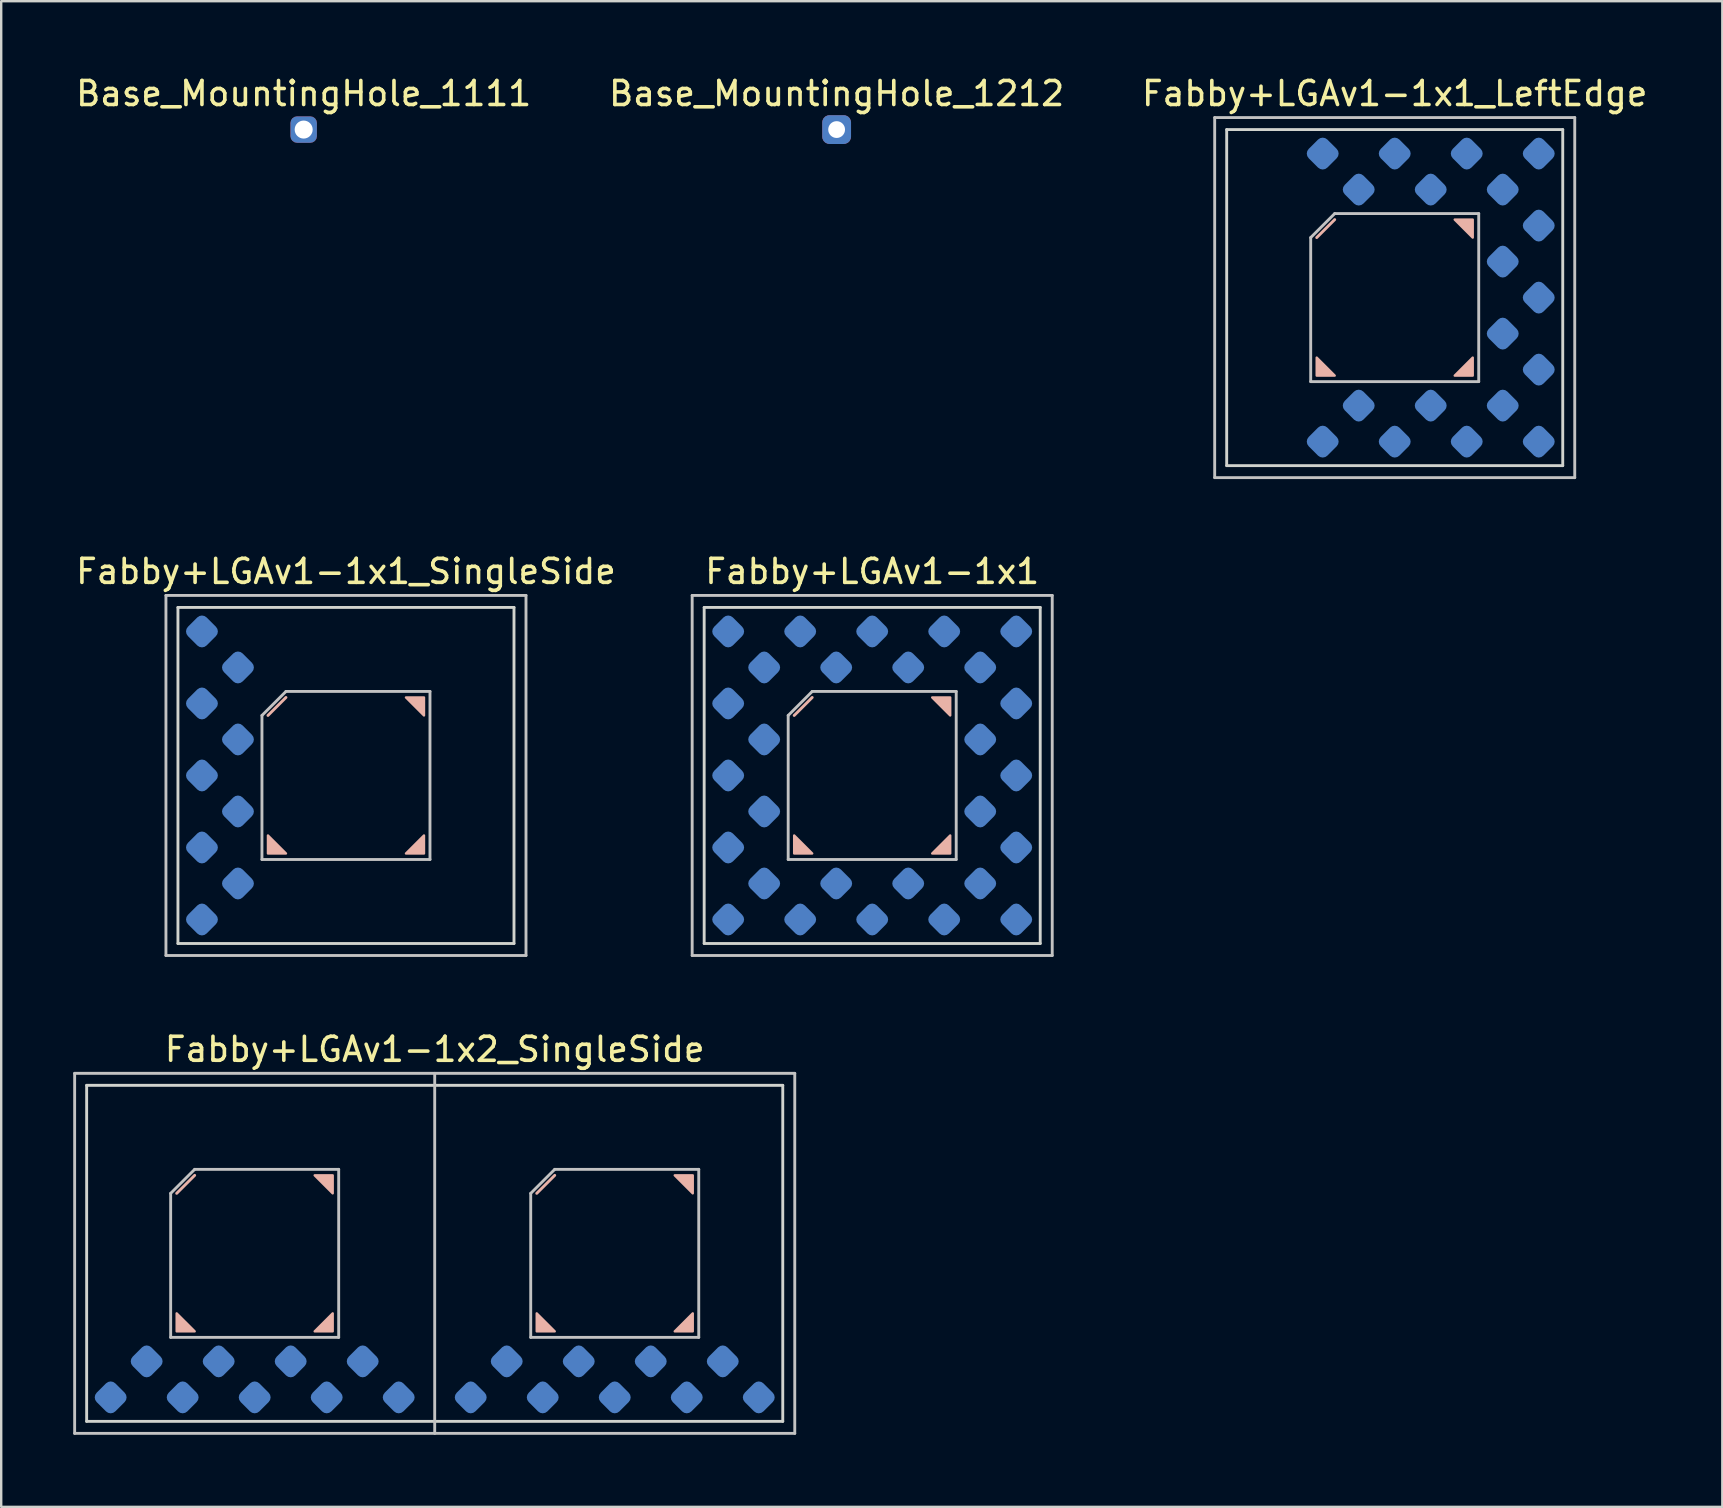
<source format=kicad_pcb>
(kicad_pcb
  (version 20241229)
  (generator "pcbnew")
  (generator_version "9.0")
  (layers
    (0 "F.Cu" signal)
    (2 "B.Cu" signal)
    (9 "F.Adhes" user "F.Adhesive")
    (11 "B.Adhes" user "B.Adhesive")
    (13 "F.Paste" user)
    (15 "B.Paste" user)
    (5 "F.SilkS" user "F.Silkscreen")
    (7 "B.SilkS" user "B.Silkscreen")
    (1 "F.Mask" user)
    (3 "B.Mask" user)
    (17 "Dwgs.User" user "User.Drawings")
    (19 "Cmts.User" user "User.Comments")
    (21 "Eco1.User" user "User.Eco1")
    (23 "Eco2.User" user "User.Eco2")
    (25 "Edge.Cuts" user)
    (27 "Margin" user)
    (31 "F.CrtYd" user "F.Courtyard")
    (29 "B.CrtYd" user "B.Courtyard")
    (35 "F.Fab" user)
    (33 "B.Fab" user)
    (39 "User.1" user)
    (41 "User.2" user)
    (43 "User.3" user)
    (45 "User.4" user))
  (footprint "Fabby+LGAv1-1x1_SingleSide"
    (layer "F.Cu")
    (at 11.363 29.256)
    (property "Reference" "Fabby+LGAv1-1x1_SingleSide" (at 0 -8.5 0) (layer "F.SilkS") (effects (font (size 1 1) (thickness 0.15))))
    (attr through_hole)
    (fp_line (start -2.5 -3.25) (end -3.25 -2.5) (stroke (width 0.12) (type solid)) (layer "B.SilkS"))
    (fp_poly (pts (xy -2.5 3.25) (xy -3.25 3.25) (xy -3.25 2.5)) (stroke (width 0.1) (type solid)) (fill yes) (layer "B.SilkS"))
    (fp_poly (pts (xy 3.25 -2.5) (xy 2.5 -3.25) (xy 3.25 -3.25)) (stroke (width 0.1) (type solid)) (fill yes) (layer "B.SilkS"))
    (fp_poly (pts (xy 3.25 3.25) (xy 2.5 3.25) (xy 3.25 2.5)) (stroke (width 0.1) (type solid)) (fill yes) (layer "B.SilkS"))
    (fp_line (start -7.5 -7.5) (end 7.5 -7.5) (stroke (width 0.12) (type solid)) (layer "Dwgs.User"))
    (fp_line (start -7.5 7.5) (end -7.5 -7.5) (stroke (width 0.12) (type solid)) (layer "Dwgs.User"))
    (fp_line (start -3.5 -2.5) (end -3.5 3.5) (stroke (width 0.12) (type solid)) (layer "Dwgs.User"))
    (fp_line (start -3.5 3.5) (end 3.5 3.5) (stroke (width 0.12) (type solid)) (layer "Dwgs.User"))
    (fp_line (start -2.5 -3.5) (end -3.5 -2.5) (stroke (width 0.12) (type solid)) (layer "Dwgs.User"))
    (fp_line (start 3.5 -3.5) (end -2.5 -3.5) (stroke (width 0.12) (type solid)) (layer "Dwgs.User"))
    (fp_line (start 3.5 3.5) (end 3.5 -3.5) (stroke (width 0.12) (type solid)) (layer "Dwgs.User"))
    (fp_line (start 7.5 -7.5) (end 7.5 7.5) (stroke (width 0.12) (type solid)) (layer "Dwgs.User"))
    (fp_line (start 7.5 7.5) (end -7.5 7.5) (stroke (width 0.12) (type solid)) (layer "Dwgs.User"))
    (fp_line (start -7 -7) (end 7 -7) (stroke (width 0.12) (type solid)) (layer "Edge.Cuts"))
    (fp_line (start -7 7) (end -7 -7) (stroke (width 0.12) (type solid)) (layer "Edge.Cuts"))
    (fp_line (start -7 7) (end 7 7) (stroke (width 0.12) (type solid)) (layer "Edge.Cuts"))
    (fp_line (start 7 -7) (end 7 7) (stroke (width 0.12) (type solid)) (layer "Edge.Cuts"))
    (pad "1" smd roundrect (at -6 -6 45) (size 1.1 1.1) (layers "B.Cu" "B.Mask" "B.Paste") (roundrect_rratio 0.25))
    (pad "2" smd roundrect (at -4.5 -4.5 45) (size 1.1 1.1) (layers "B.Cu" "B.Mask" "B.Paste") (roundrect_rratio 0.25))
    (pad "3" smd roundrect (at -6 -3 45) (size 1.1 1.1) (layers "B.Cu" "B.Mask" "B.Paste") (roundrect_rratio 0.25))
    (pad "4" smd roundrect (at -4.5 -1.5 45) (size 1.1 1.1) (layers "B.Cu" "B.Mask" "B.Paste") (roundrect_rratio 0.25))
    (pad "5" smd roundrect (at -6 0 45) (size 1.1 1.1) (layers "B.Cu" "B.Mask" "B.Paste") (roundrect_rratio 0.25))
    (pad "6" smd roundrect (at -4.5 1.5 45) (size 1.1 1.1) (layers "B.Cu" "B.Mask" "B.Paste") (roundrect_rratio 0.25))
    (pad "7" smd roundrect (at -6 3 45) (size 1.1 1.1) (layers "B.Cu" "B.Mask" "B.Paste") (roundrect_rratio 0.25))
    (pad "8" smd roundrect (at -4.5 4.5 45) (size 1.1 1.1) (layers "B.Cu" "B.Mask" "B.Paste") (roundrect_rratio 0.25))
    (pad "9" smd roundrect (at -6 6 45) (size 1.1 1.1) (layers "B.Cu" "B.Mask" "B.Paste") (roundrect_rratio 0.25)))
  (footprint "Fabby+LGAv1-1x2_SingleSide"
    (layer "F.Cu")
    (at 15.06 49.165)
    (property "Reference" "Fabby+LGAv1-1x2_SingleSide" (at 0 -8.5 0) (layer "F.SilkS") (effects (font (size 1 1) (thickness 0.15))))
    (attr through_hole)
    (fp_line (start -10 -3.25) (end -10.75 -2.5) (stroke (width 0.12) (type solid)) (layer "B.SilkS"))
    (fp_line (start 5 -3.25) (end 4.25 -2.5) (stroke (width 0.12) (type solid)) (layer "B.SilkS"))
    (fp_poly (pts (xy -10 3.25) (xy -10.75 3.25) (xy -10.75 2.5)) (stroke (width 0.1) (type solid)) (fill yes) (layer "B.SilkS"))
    (fp_poly (pts (xy -4.25 -2.5) (xy -5 -3.25) (xy -4.25 -3.25)) (stroke (width 0.1) (type solid)) (fill yes) (layer "B.SilkS"))
    (fp_poly (pts (xy -4.25 3.25) (xy -5 3.25) (xy -4.25 2.5)) (stroke (width 0.1) (type solid)) (fill yes) (layer "B.SilkS"))
    (fp_poly (pts (xy 5 3.25) (xy 4.25 3.25) (xy 4.25 2.5)) (stroke (width 0.1) (type solid)) (fill yes) (layer "B.SilkS"))
    (fp_poly (pts (xy 10.75 -2.5) (xy 10 -3.25) (xy 10.75 -3.25)) (stroke (width 0.1) (type solid)) (fill yes) (layer "B.SilkS"))
    (fp_poly (pts (xy 10.75 3.25) (xy 10 3.25) (xy 10.75 2.5)) (stroke (width 0.1) (type solid)) (fill yes) (layer "B.SilkS"))
    (fp_line (start -15 -7.5) (end 15 -7.5) (stroke (width 0.12) (type solid)) (layer "Dwgs.User"))
    (fp_line (start -15 7.5) (end -15 -7.5) (stroke (width 0.12) (type solid)) (layer "Dwgs.User"))
    (fp_line (start -11 -2.5) (end -11 3.5) (stroke (width 0.12) (type solid)) (layer "Dwgs.User"))
    (fp_line (start -11 3.5) (end -4 3.5) (stroke (width 0.12) (type solid)) (layer "Dwgs.User"))
    (fp_line (start -10 -3.5) (end -11 -2.5) (stroke (width 0.12) (type solid)) (layer "Dwgs.User"))
    (fp_line (start -4 -3.5) (end -10 -3.5) (stroke (width 0.12) (type solid)) (layer "Dwgs.User"))
    (fp_line (start -4 3.5) (end -4 -3.5) (stroke (width 0.12) (type solid)) (layer "Dwgs.User"))
    (fp_line (start 0 -7.5) (end 0 7.5) (stroke (width 0.12) (type solid)) (layer "Dwgs.User"))
    (fp_line (start 4 -2.5) (end 4 3.5) (stroke (width 0.12) (type solid)) (layer "Dwgs.User"))
    (fp_line (start 4 3.5) (end 11 3.5) (stroke (width 0.12) (type solid)) (layer "Dwgs.User"))
    (fp_line (start 5 -3.5) (end 4 -2.5) (stroke (width 0.12) (type solid)) (layer "Dwgs.User"))
    (fp_line (start 11 -3.5) (end 5 -3.5) (stroke (width 0.12) (type solid)) (layer "Dwgs.User"))
    (fp_line (start 11 3.5) (end 11 -3.5) (stroke (width 0.12) (type solid)) (layer "Dwgs.User"))
    (fp_line (start 15 -7.5) (end 15 7.5) (stroke (width 0.12) (type solid)) (layer "Dwgs.User"))
    (fp_line (start 15 7.5) (end -15 7.5) (stroke (width 0.12) (type solid)) (layer "Dwgs.User"))
    (fp_line (start -14.5 -7) (end 14.5 -7) (stroke (width 0.12) (type solid)) (layer "Edge.Cuts"))
    (fp_line (start -14.5 7) (end -14.5 -7) (stroke (width 0.12) (type solid)) (layer "Edge.Cuts"))
    (fp_line (start -14.5 7) (end 14.5 7) (stroke (width 0.12) (type solid)) (layer "Edge.Cuts"))
    (fp_line (start 14.5 -7) (end 14.5 7) (stroke (width 0.12) (type solid)) (layer "Edge.Cuts"))
    (pad "8" smd roundrect (at -12 4.5 45) (size 1.1 1.1) (layers "B.Cu" "B.Mask" "B.Paste") (roundrect_rratio 0.25))
    (pad "9" smd roundrect (at -13.5 6 45) (size 1.1 1.1) (layers "B.Cu" "B.Mask" "B.Paste") (roundrect_rratio 0.25))
    (pad "10" smd roundrect (at -10.5 6 45) (size 1.1 1.1) (layers "B.Cu" "B.Mask" "B.Paste") (roundrect_rratio 0.25))
    (pad "11" smd roundrect (at -9 4.5 45) (size 1.1 1.1) (layers "B.Cu" "B.Mask" "B.Paste") (roundrect_rratio 0.25))
    (pad "12" smd roundrect (at -7.5 6 45) (size 1.1 1.1) (layers "B.Cu" "B.Mask" "B.Paste") (roundrect_rratio 0.25))
    (pad "13" smd roundrect (at -6 4.5 45) (size 1.1 1.1) (layers "B.Cu" "B.Mask" "B.Paste") (roundrect_rratio 0.25))
    (pad "14" smd roundrect (at -4.5 6 45) (size 1.1 1.1) (layers "B.Cu" "B.Mask" "B.Paste") (roundrect_rratio 0.25))
    (pad "15" smd roundrect (at -3 4.5 45) (size 1.1 1.1) (layers "B.Cu" "B.Mask" "B.Paste") (roundrect_rratio 0.25))
    (pad "16" smd roundrect (at -1.5 6 45) (size 1.1 1.1) (layers "B.Cu" "B.Mask" "B.Paste") (roundrect_rratio 0.25))
    (pad "18" smd roundrect (at 1.5 6 45) (size 1.1 1.1) (layers "B.Cu" "B.Mask" "B.Paste") (roundrect_rratio 0.25))
    (pad "19" smd roundrect (at 3 4.5 45) (size 1.1 1.1) (layers "B.Cu" "B.Mask" "B.Paste") (roundrect_rratio 0.25))
    (pad "20" smd roundrect (at 4.5 6 45) (size 1.1 1.1) (layers "B.Cu" "B.Mask" "B.Paste") (roundrect_rratio 0.25))
    (pad "21" smd roundrect (at 6 4.5 45) (size 1.1 1.1) (layers "B.Cu" "B.Mask" "B.Paste") (roundrect_rratio 0.25))
    (pad "22" smd roundrect (at 7.5 6 45) (size 1.1 1.1) (layers "B.Cu" "B.Mask" "B.Paste") (roundrect_rratio 0.25))
    (pad "23" smd roundrect (at 9 4.5 45) (size 1.1 1.1) (layers "B.Cu" "B.Mask" "B.Paste") (roundrect_rratio 0.25))
    (pad "24" smd roundrect (at 10.5 6 45) (size 1.1 1.1) (layers "B.Cu" "B.Mask" "B.Paste") (roundrect_rratio 0.25))
    (pad "25" smd roundrect (at 12 4.5 45) (size 1.1 1.1) (layers "B.Cu" "B.Mask" "B.Paste") (roundrect_rratio 0.25))
    (pad "26" smd roundrect (at 13.5 6 45) (size 1.1 1.1) (layers "B.Cu" "B.Mask" "B.Paste") (roundrect_rratio 0.25)))
  (footprint "Base_MountingHole_1111"
    (layer "F.Cu")
    (at 9.601 2.348)
    (property "Reference" "Base_MountingHole_1111" (at 0 -1.5 0) (layer "F.SilkS") (effects (font (size 1 1) (thickness 0.15))))
    (attr through_hole)
    (pad "1" thru_hole roundrect (at 0 0) (size 1.1 1.1) (drill oval 0.75) (layers "*.Cu" "*.Mask") (roundrect_rratio 0.25)))
  (footprint "Base_MountingHole_1212"
    (layer "F.Cu")
    (at 31.804 2.348)
    (property "Reference" "Base_MountingHole_1212" (at 0 -1.5 0) (layer "F.SilkS") (effects (font (size 1 1) (thickness 0.15))))
    (attr through_hole)
    (pad "1" thru_hole roundrect (at 0 0) (size 1.2 1.2) (drill oval 0.7) (layers "*.Cu" "*.Mask") (roundrect_rratio 0.25)))
  (footprint "Fabby+LGAv1-1x1_LeftEdge"
    (layer "F.Cu")
    (at 55.054 9.348)
    (property "Reference" "Fabby+LGAv1-1x1_LeftEdge" (at 0 -8.5 0) (layer "F.SilkS") (effects (font (size 1 1) (thickness 0.15))))
    (attr through_hole)
    (fp_line (start -2.5 -3.25) (end -3.25 -2.5) (stroke (width 0.12) (type solid)) (layer "B.SilkS"))
    (fp_poly (pts (xy -2.5 3.25) (xy -3.25 3.25) (xy -3.25 2.5)) (stroke (width 0.1) (type solid)) (fill yes) (layer "B.SilkS"))
    (fp_poly (pts (xy 3.25 -2.5) (xy 2.5 -3.25) (xy 3.25 -3.25)) (stroke (width 0.1) (type solid)) (fill yes) (layer "B.SilkS"))
    (fp_poly (pts (xy 3.25 3.25) (xy 2.5 3.25) (xy 3.25 2.5)) (stroke (width 0.1) (type solid)) (fill yes) (layer "B.SilkS"))
    (fp_line (start -7.5 -7.5) (end 7.5 -7.5) (stroke (width 0.12) (type solid)) (layer "Dwgs.User"))
    (fp_line (start -7.5 7.5) (end -7.5 -7.5) (stroke (width 0.12) (type solid)) (layer "Dwgs.User"))
    (fp_line (start -3.5 -2.5) (end -3.5 3.5) (stroke (width 0.12) (type solid)) (layer "Dwgs.User"))
    (fp_line (start -3.5 3.5) (end 3.5 3.5) (stroke (width 0.12) (type solid)) (layer "Dwgs.User"))
    (fp_line (start -2.5 -3.5) (end -3.5 -2.5) (stroke (width 0.12) (type solid)) (layer "Dwgs.User"))
    (fp_line (start 3.5 -3.5) (end -2.5 -3.5) (stroke (width 0.12) (type solid)) (layer "Dwgs.User"))
    (fp_line (start 3.5 3.5) (end 3.5 -3.5) (stroke (width 0.12) (type solid)) (layer "Dwgs.User"))
    (fp_line (start 7.5 -7.5) (end 7.5 7.5) (stroke (width 0.12) (type solid)) (layer "Dwgs.User"))
    (fp_line (start 7.5 7.5) (end -7.5 7.5) (stroke (width 0.12) (type solid)) (layer "Dwgs.User"))
    (fp_line (start -7 -7) (end 7 -7) (stroke (width 0.12) (type solid)) (layer "Edge.Cuts"))
    (fp_line (start -7 7) (end -7 -7) (stroke (width 0.12) (type solid)) (layer "Edge.Cuts"))
    (fp_line (start -7 7) (end 7 7) (stroke (width 0.12) (type solid)) (layer "Edge.Cuts"))
    (fp_line (start 7 -7) (end 7 7) (stroke (width 0.12) (type solid)) (layer "Edge.Cuts"))
    (pad "10" smd roundrect (at -3 6 45) (size 1.1 1.1) (layers "B.Cu" "B.Mask" "B.Paste") (roundrect_rratio 0.25))
    (pad "11" smd roundrect (at -1.5 4.5 45) (size 1.1 1.1) (layers "B.Cu" "B.Mask" "B.Paste") (roundrect_rratio 0.25))
    (pad "12" smd roundrect (at 0 6 45) (size 1.1 1.1) (layers "B.Cu" "B.Mask" "B.Paste") (roundrect_rratio 0.25))
    (pad "13" smd roundrect (at 1.5 4.5 45) (size 1.1 1.1) (layers "B.Cu" "B.Mask" "B.Paste") (roundrect_rratio 0.25))
    (pad "14" smd roundrect (at 3 6 45) (size 1.1 1.1) (layers "B.Cu" "B.Mask" "B.Paste") (roundrect_rratio 0.25))
    (pad "15" smd roundrect (at 4.5 4.5 45) (size 1.1 1.1) (layers "B.Cu" "B.Mask" "B.Paste") (roundrect_rratio 0.25))
    (pad "16" smd roundrect (at 6 6 45) (size 1.1 1.1) (layers "B.Cu" "B.Mask" "B.Paste") (roundrect_rratio 0.25))
    (pad "17" smd roundrect (at 6 3 45) (size 1.1 1.1) (layers "B.Cu" "B.Mask" "B.Paste") (roundrect_rratio 0.25))
    (pad "18" smd roundrect (at 4.5 1.5 45) (size 1.1 1.1) (layers "B.Cu" "B.Mask" "B.Paste") (roundrect_rratio 0.25))
    (pad "19" smd roundrect (at 6 0 45) (size 1.1 1.1) (layers "B.Cu" "B.Mask" "B.Paste") (roundrect_rratio 0.25))
    (pad "20" smd roundrect (at 4.5 -1.5 45) (size 1.1 1.1) (layers "B.Cu" "B.Mask" "B.Paste") (roundrect_rratio 0.25))
    (pad "21" smd roundrect (at 6 -3 45) (size 1.1 1.1) (layers "B.Cu" "B.Mask" "B.Paste") (roundrect_rratio 0.25))
    (pad "22" smd roundrect (at 4.5 -4.5 45) (size 1.1 1.1) (layers "B.Cu" "B.Mask" "B.Paste") (roundrect_rratio 0.25))
    (pad "23" smd roundrect (at 6 -6 45) (size 1.1 1.1) (layers "B.Cu" "B.Mask" "B.Paste") (roundrect_rratio 0.25))
    (pad "24" smd roundrect (at 3 -6 45) (size 1.1 1.1) (layers "B.Cu" "B.Mask" "B.Paste") (roundrect_rratio 0.25))
    (pad "25" smd roundrect (at 1.5 -4.5 45) (size 1.1 1.1) (layers "B.Cu" "B.Mask" "B.Paste") (roundrect_rratio 0.25))
    (pad "26" smd roundrect (at 0 -6 45) (size 1.1 1.1) (layers "B.Cu" "B.Mask" "B.Paste") (roundrect_rratio 0.25))
    (pad "27" smd roundrect (at -1.5 -4.5 45) (size 1.1 1.1) (layers "B.Cu" "B.Mask" "B.Paste") (roundrect_rratio 0.25))
    (pad "28" smd roundrect (at -3 -6 45) (size 1.1 1.1) (layers "B.Cu" "B.Mask" "B.Paste") (roundrect_rratio 0.25)))
  (footprint "Fabby+LGAv1-1x1"
    (layer "F.Cu")
    (at 33.286 29.256)
    (property "Reference" "Fabby+LGAv1-1x1" (at 0 -8.5 0) (layer "F.SilkS") (effects (font (size 1 1) (thickness 0.15))))
    (attr through_hole)
    (fp_line (start -2.5 -3.25) (end -3.25 -2.5) (stroke (width 0.12) (type solid)) (layer "B.SilkS"))
    (fp_poly (pts (xy -2.5 3.25) (xy -3.25 3.25) (xy -3.25 2.5)) (stroke (width 0.1) (type solid)) (fill yes) (layer "B.SilkS"))
    (fp_poly (pts (xy 3.25 -2.5) (xy 2.5 -3.25) (xy 3.25 -3.25)) (stroke (width 0.1) (type solid)) (fill yes) (layer "B.SilkS"))
    (fp_poly (pts (xy 3.25 3.25) (xy 2.5 3.25) (xy 3.25 2.5)) (stroke (width 0.1) (type solid)) (fill yes) (layer "B.SilkS"))
    (fp_line (start -7.5 -7.5) (end 7.5 -7.5) (stroke (width 0.12) (type solid)) (layer "Dwgs.User"))
    (fp_line (start -7.5 7.5) (end -7.5 -7.5) (stroke (width 0.12) (type solid)) (layer "Dwgs.User"))
    (fp_line (start -3.5 -2.5) (end -3.5 3.5) (stroke (width 0.12) (type solid)) (layer "Dwgs.User"))
    (fp_line (start -3.5 3.5) (end 3.5 3.5) (stroke (width 0.12) (type solid)) (layer "Dwgs.User"))
    (fp_line (start -2.5 -3.5) (end -3.5 -2.5) (stroke (width 0.12) (type solid)) (layer "Dwgs.User"))
    (fp_line (start 3.5 -3.5) (end -2.5 -3.5) (stroke (width 0.12) (type solid)) (layer "Dwgs.User"))
    (fp_line (start 3.5 3.5) (end 3.5 -3.5) (stroke (width 0.12) (type solid)) (layer "Dwgs.User"))
    (fp_line (start 7.5 -7.5) (end 7.5 7.5) (stroke (width 0.12) (type solid)) (layer "Dwgs.User"))
    (fp_line (start 7.5 7.5) (end -7.5 7.5) (stroke (width 0.12) (type solid)) (layer "Dwgs.User"))
    (fp_line (start -7 -7) (end 7 -7) (stroke (width 0.12) (type solid)) (layer "Edge.Cuts"))
    (fp_line (start -7 7) (end -7 -7) (stroke (width 0.12) (type solid)) (layer "Edge.Cuts"))
    (fp_line (start -7 7) (end 7 7) (stroke (width 0.12) (type solid)) (layer "Edge.Cuts"))
    (fp_line (start 7 -7) (end 7 7) (stroke (width 0.12) (type solid)) (layer "Edge.Cuts"))
    (pad "1" smd roundrect (at -6 -6 45) (size 1.1 1.1) (layers "B.Cu" "B.Mask" "B.Paste") (roundrect_rratio 0.25))
    (pad "2" smd roundrect (at -4.5 -4.5 45) (size 1.1 1.1) (layers "B.Cu" "B.Mask" "B.Paste") (roundrect_rratio 0.25))
    (pad "3" smd roundrect (at -6 -3 45) (size 1.1 1.1) (layers "B.Cu" "B.Mask" "B.Paste") (roundrect_rratio 0.25))
    (pad "4" smd roundrect (at -4.5 -1.5 45) (size 1.1 1.1) (layers "B.Cu" "B.Mask" "B.Paste") (roundrect_rratio 0.25))
    (pad "5" smd roundrect (at -6 0 45) (size 1.1 1.1) (layers "B.Cu" "B.Mask" "B.Paste") (roundrect_rratio 0.25))
    (pad "6" smd roundrect (at -4.5 1.5 45) (size 1.1 1.1) (layers "B.Cu" "B.Mask" "B.Paste") (roundrect_rratio 0.25))
    (pad "7" smd roundrect (at -6 3 45) (size 1.1 1.1) (layers "B.Cu" "B.Mask" "B.Paste") (roundrect_rratio 0.25))
    (pad "8" smd roundrect (at -4.5 4.5 45) (size 1.1 1.1) (layers "B.Cu" "B.Mask" "B.Paste") (roundrect_rratio 0.25))
    (pad "9" smd roundrect (at -6 6 45) (size 1.1 1.1) (layers "B.Cu" "B.Mask" "B.Paste") (roundrect_rratio 0.25))
    (pad "10" smd roundrect (at -3 6 45) (size 1.1 1.1) (layers "B.Cu" "B.Mask" "B.Paste") (roundrect_rratio 0.25))
    (pad "11" smd roundrect (at -1.5 4.5 45) (size 1.1 1.1) (layers "B.Cu" "B.Mask" "B.Paste") (roundrect_rratio 0.25))
    (pad "12" smd roundrect (at 0 6 45) (size 1.1 1.1) (layers "B.Cu" "B.Mask" "B.Paste") (roundrect_rratio 0.25))
    (pad "13" smd roundrect (at 1.5 4.5 45) (size 1.1 1.1) (layers "B.Cu" "B.Mask" "B.Paste") (roundrect_rratio 0.25))
    (pad "14" smd roundrect (at 3 6 45) (size 1.1 1.1) (layers "B.Cu" "B.Mask" "B.Paste") (roundrect_rratio 0.25))
    (pad "15" smd roundrect (at 4.5 4.5 45) (size 1.1 1.1) (layers "B.Cu" "B.Mask" "B.Paste") (roundrect_rratio 0.25))
    (pad "16" smd roundrect (at 6 6 45) (size 1.1 1.1) (layers "B.Cu" "B.Mask" "B.Paste") (roundrect_rratio 0.25))
    (pad "17" smd roundrect (at 6 3 45) (size 1.1 1.1) (layers "B.Cu" "B.Mask" "B.Paste") (roundrect_rratio 0.25))
    (pad "18" smd roundrect (at 4.5 1.5 45) (size 1.1 1.1) (layers "B.Cu" "B.Mask" "B.Paste") (roundrect_rratio 0.25))
    (pad "19" smd roundrect (at 6 0 45) (size 1.1 1.1) (layers "B.Cu" "B.Mask" "B.Paste") (roundrect_rratio 0.25))
    (pad "20" smd roundrect (at 4.5 -1.5 45) (size 1.1 1.1) (layers "B.Cu" "B.Mask" "B.Paste") (roundrect_rratio 0.25))
    (pad "21" smd roundrect (at 6 -3 45) (size 1.1 1.1) (layers "B.Cu" "B.Mask" "B.Paste") (roundrect_rratio 0.25))
    (pad "22" smd roundrect (at 4.5 -4.5 45) (size 1.1 1.1) (layers "B.Cu" "B.Mask" "B.Paste") (roundrect_rratio 0.25))
    (pad "23" smd roundrect (at 6 -6 45) (size 1.1 1.1) (layers "B.Cu" "B.Mask" "B.Paste") (roundrect_rratio 0.25))
    (pad "24" smd roundrect (at 3 -6 45) (size 1.1 1.1) (layers "B.Cu" "B.Mask" "B.Paste") (roundrect_rratio 0.25))
    (pad "25" smd roundrect (at 1.5 -4.5 45) (size 1.1 1.1) (layers "B.Cu" "B.Mask" "B.Paste") (roundrect_rratio 0.25))
    (pad "26" smd roundrect (at 0 -6 45) (size 1.1 1.1) (layers "B.Cu" "B.Mask" "B.Paste") (roundrect_rratio 0.25))
    (pad "27" smd roundrect (at -1.5 -4.5 45) (size 1.1 1.1) (layers "B.Cu" "B.Mask" "B.Paste") (roundrect_rratio 0.25))
    (pad "28" smd roundrect (at -3 -6 45) (size 1.1 1.1) (layers "B.Cu" "B.Mask" "B.Paste") (roundrect_rratio 0.25)))
  (gr_rect
    (start -3 -3)
    (end 68.702 59.725)
    (stroke (width 0.1) (type default))
    (fill no)
    (layer "Edge.Cuts")))
</source>
